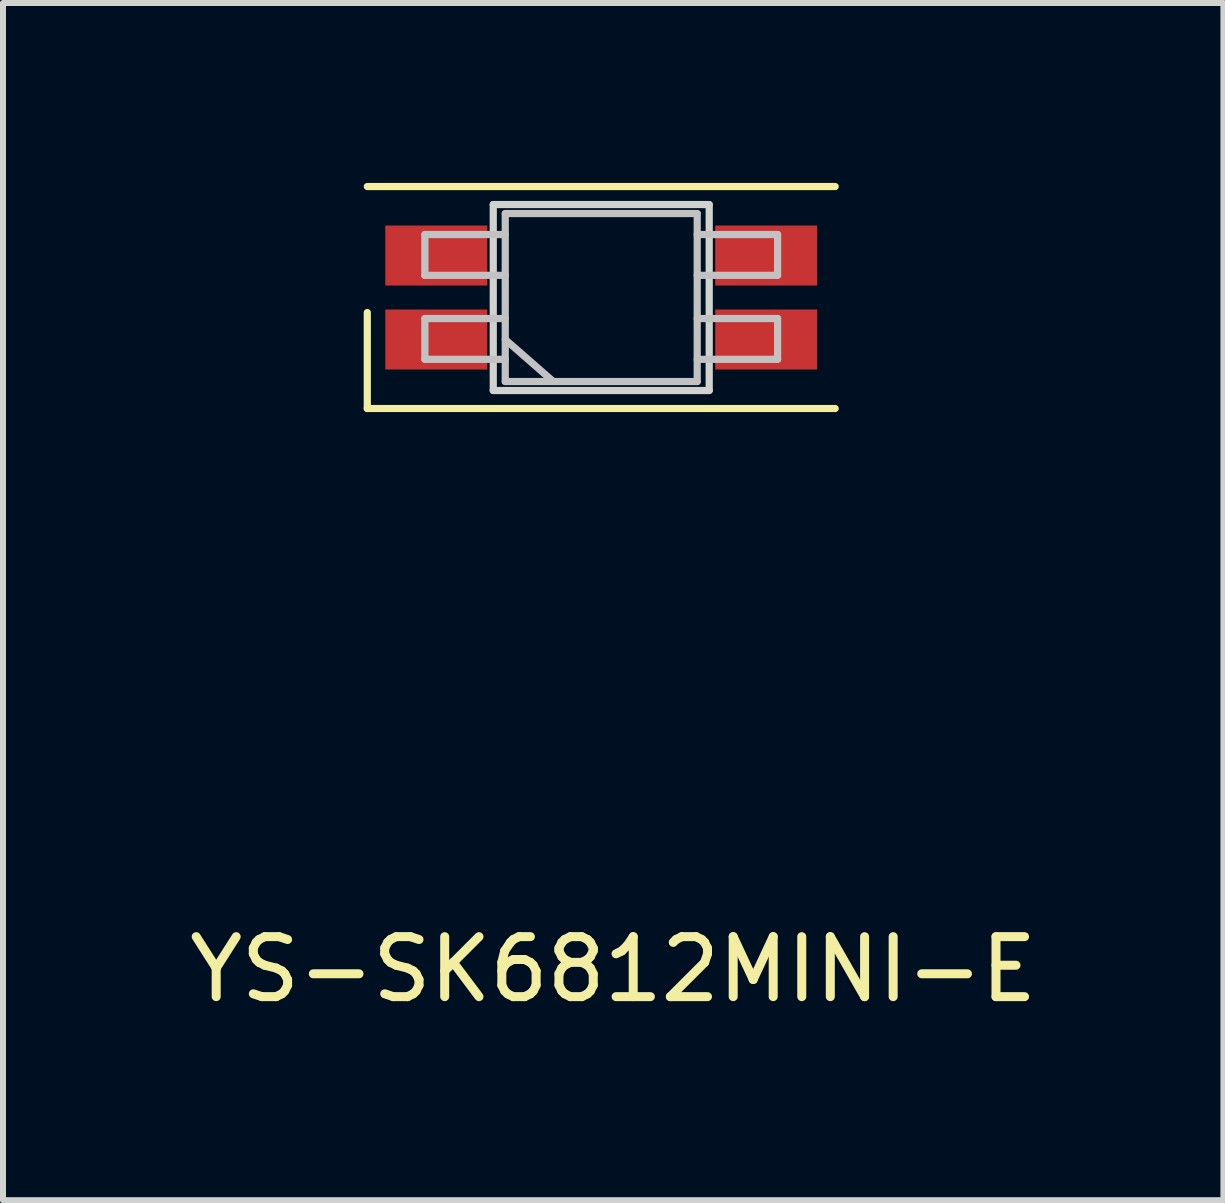
<source format=kicad_pcb>
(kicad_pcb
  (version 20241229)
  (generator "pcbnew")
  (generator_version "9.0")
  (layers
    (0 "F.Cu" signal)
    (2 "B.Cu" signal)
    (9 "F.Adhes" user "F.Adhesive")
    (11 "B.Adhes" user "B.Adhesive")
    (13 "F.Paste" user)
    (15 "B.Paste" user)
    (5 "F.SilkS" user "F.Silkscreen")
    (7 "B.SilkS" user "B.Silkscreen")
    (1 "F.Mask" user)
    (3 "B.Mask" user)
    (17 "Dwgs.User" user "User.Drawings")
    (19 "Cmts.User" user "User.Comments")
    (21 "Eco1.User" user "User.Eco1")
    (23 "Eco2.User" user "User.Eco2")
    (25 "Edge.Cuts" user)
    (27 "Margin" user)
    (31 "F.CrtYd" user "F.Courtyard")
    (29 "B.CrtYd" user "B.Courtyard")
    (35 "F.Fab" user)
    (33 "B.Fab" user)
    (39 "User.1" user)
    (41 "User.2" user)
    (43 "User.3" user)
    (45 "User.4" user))
  (footprint "YS-SK6812MINI-E"
    (layer "F.Cu")
    (at 6.973 1.91)
    (property "Reference" "YS-SK6812MINI-E" (at 0.2 11.2 0) (layer "F.SilkS") (effects (font (size 1 1) (thickness 0.15))))
    (attr through_hole)
    (fp_line (start -3.9 0.25) (end -3.9 1.85) (stroke (width 0.12) (type solid)) (layer "F.SilkS"))
    (fp_line (start -3.9 1.85) (end 3.9 1.85) (stroke (width 0.12) (type solid)) (layer "F.SilkS"))
    (fp_line (start 3.9 -1.85) (end -3.9 -1.85) (stroke (width 0.12) (type solid)) (layer "F.SilkS"))
    (fp_line (start -2.94 -1.05) (end -2.94 -0.37) (stroke (width 0.12) (type solid)) (layer "Dwgs.User"))
    (fp_line (start -2.94 -0.37) (end -1.6 -0.37) (stroke (width 0.12) (type solid)) (layer "Dwgs.User"))
    (fp_line (start -2.94 0.35) (end -2.94 1.03) (stroke (width 0.12) (type solid)) (layer "Dwgs.User"))
    (fp_line (start -2.94 1.03) (end -1.6 1.03) (stroke (width 0.12) (type solid)) (layer "Dwgs.User"))
    (fp_line (start -1.6 -1.4) (end -1.6 1.4) (stroke (width 0.12) (type solid)) (layer "Dwgs.User"))
    (fp_line (start -1.6 -1.4) (end 1.6 -1.4) (stroke (width 0.12) (type solid)) (layer "Dwgs.User"))
    (fp_line (start -1.6 -1.05) (end -2.94 -1.05) (stroke (width 0.12) (type solid)) (layer "Dwgs.User"))
    (fp_line (start -1.6 0.35) (end -2.94 0.35) (stroke (width 0.12) (type solid)) (layer "Dwgs.User"))
    (fp_line (start -1.6 0.7) (end -0.8 1.4) (stroke (width 0.12) (type solid)) (layer "Dwgs.User"))
    (fp_line (start -1.6 1.4) (end 1.6 1.4) (stroke (width 0.12) (type solid)) (layer "Dwgs.User"))
    (fp_line (start 1.6 -1.4) (end 1.6 1.4) (stroke (width 0.12) (type solid)) (layer "Dwgs.User"))
    (fp_line (start 1.6 -0.37) (end 2.94 -0.37) (stroke (width 0.12) (type solid)) (layer "Dwgs.User"))
    (fp_line (start 1.6 1.03) (end 2.94 1.03) (stroke (width 0.12) (type solid)) (layer "Dwgs.User"))
    (fp_line (start 2.94 -1.05) (end 1.6 -1.05) (stroke (width 0.12) (type solid)) (layer "Dwgs.User"))
    (fp_line (start 2.94 -0.37) (end 2.94 -1.05) (stroke (width 0.12) (type solid)) (layer "Dwgs.User"))
    (fp_line (start 2.94 0.35) (end 1.6 0.35) (stroke (width 0.12) (type solid)) (layer "Dwgs.User"))
    (fp_line (start 2.94 1.03) (end 2.94 0.35) (stroke (width 0.12) (type solid)) (layer "Dwgs.User"))
    (fp_line (start -1.8 -1.55) (end -1.8 1.55) (stroke (width 0.12) (type solid)) (layer "Edge.Cuts"))
    (fp_line (start -1.8 1.55) (end 1.8 1.55) (stroke (width 0.12) (type solid)) (layer "Edge.Cuts"))
    (fp_line (start 1.8 -1.55) (end -1.8 -1.55) (stroke (width 0.12) (type solid)) (layer "Edge.Cuts"))
    (fp_line (start 1.8 1.55) (end 1.8 -1.55) (stroke (width 0.12) (type solid)) (layer "Edge.Cuts"))
    (pad "1" smd rect (at 2.75 -0.7) (size 1.7 1) (layers "F.Cu" "F.Mask" "F.Paste"))
    (pad "2" smd rect (at 2.75 0.7) (size 1.7 1) (layers "F.Cu" "F.Mask" "F.Paste"))
    (pad "3" smd rect (at -2.75 0.7) (size 1.7 1) (layers "F.Cu" "F.Mask" "F.Paste"))
    (pad "4" smd rect (at -2.75 -0.7) (size 1.7 1) (layers "F.Cu" "F.Mask" "F.Paste")))
  (gr_rect
    (start -3 -3)
    (end 17.345 16.958)
    (stroke (width 0.1) (type default))
    (fill no)
    (layer "Edge.Cuts")))
</source>
